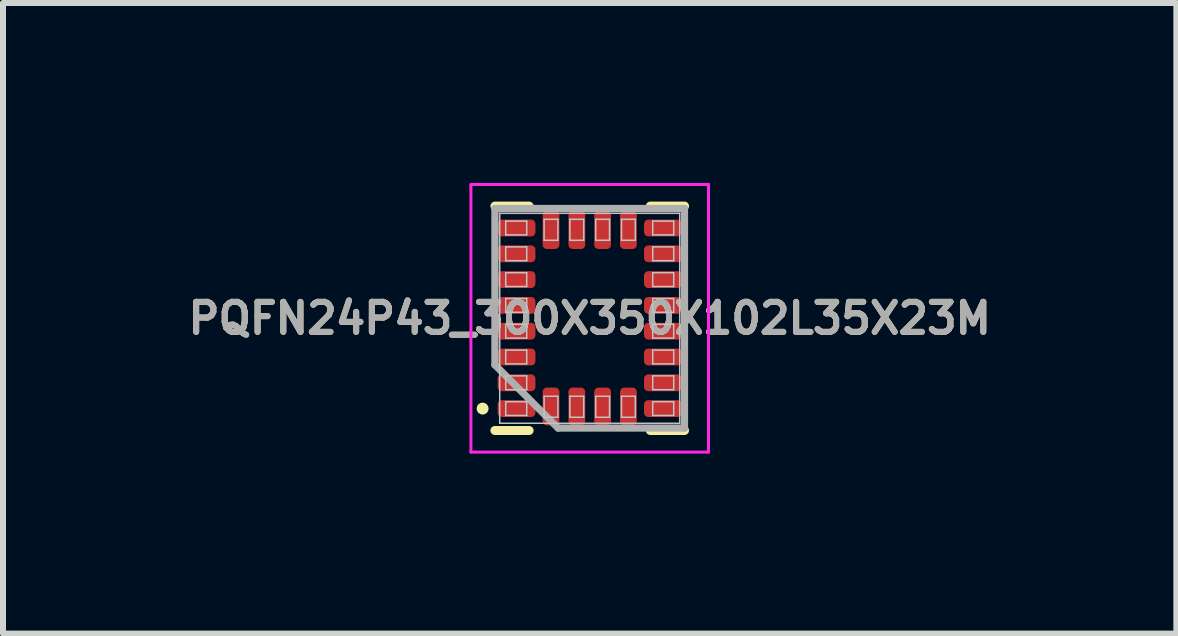
<source format=kicad_pcb>
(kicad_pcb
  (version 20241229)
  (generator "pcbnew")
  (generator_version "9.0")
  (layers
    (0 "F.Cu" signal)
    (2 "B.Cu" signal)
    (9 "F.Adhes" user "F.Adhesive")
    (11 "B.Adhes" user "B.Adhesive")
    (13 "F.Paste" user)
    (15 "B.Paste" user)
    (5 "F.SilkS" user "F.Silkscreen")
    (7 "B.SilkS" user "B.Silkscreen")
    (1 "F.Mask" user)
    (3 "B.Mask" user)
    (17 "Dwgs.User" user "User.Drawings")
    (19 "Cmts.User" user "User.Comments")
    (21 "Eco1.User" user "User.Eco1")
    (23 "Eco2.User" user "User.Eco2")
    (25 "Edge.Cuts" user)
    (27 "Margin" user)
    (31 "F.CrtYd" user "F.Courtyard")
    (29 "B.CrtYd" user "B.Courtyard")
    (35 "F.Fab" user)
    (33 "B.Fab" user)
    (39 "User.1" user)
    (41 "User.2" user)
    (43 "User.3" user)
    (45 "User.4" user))
  (footprint "PQFN24P43_300X350X102L35X23M"
    (layer "F.Cu")
    (at 6.779 2.255)
    (property "Reference" "PQFN24P43_300X350X102L35X23M" (at 0 0 0) (layer "F.SilkS") (effects (font (size 0.5 0.5) (thickness 0.1))))
    (attr smd)
    (fp_line (start -1.58 -1.87) (end -1.01 -1.87) (stroke (width 0.15) (type solid)) (layer "F.SilkS"))
    (fp_line (start -1.58 1.87) (end -1.01 1.87) (stroke (width 0.15) (type solid)) (layer "F.SilkS"))
    (fp_line (start 1.58 -1.87) (end 1.01 -1.87) (stroke (width 0.15) (type solid)) (layer "F.SilkS"))
    (fp_line (start 1.58 1.87) (end 1.01 1.87) (stroke (width 0.15) (type solid)) (layer "F.SilkS"))
    (fp_circle (center -1.785 1.505) (end -1.785 1.555) (stroke (width 0.1) (type solid)) (fill no) (layer "F.SilkS"))
    (fp_line (start -1.5 -1.75) (end 1.5 -1.75) (stroke (width 0.025) (type solid)) (layer "Dwgs.User"))
    (fp_line (start -1.5 1.75) (end -1.5 -1.75) (stroke (width 0.025) (type solid)) (layer "Dwgs.User"))
    (fp_line (start -1.4 -1.62) (end -1.05 -1.62) (stroke (width 0.025) (type solid)) (layer "Dwgs.User"))
    (fp_line (start -1.4 -1.39) (end -1.4 -1.62) (stroke (width 0.025) (type solid)) (layer "Dwgs.User"))
    (fp_line (start -1.4 -1.19) (end -1.05 -1.19) (stroke (width 0.025) (type solid)) (layer "Dwgs.User"))
    (fp_line (start -1.4 -0.96) (end -1.4 -1.19) (stroke (width 0.025) (type solid)) (layer "Dwgs.User"))
    (fp_line (start -1.4 -0.76) (end -1.05 -0.76) (stroke (width 0.025) (type solid)) (layer "Dwgs.User"))
    (fp_line (start -1.4 -0.53) (end -1.4 -0.76) (stroke (width 0.025) (type solid)) (layer "Dwgs.User"))
    (fp_line (start -1.4 -0.33) (end -1.05 -0.33) (stroke (width 0.025) (type solid)) (layer "Dwgs.User"))
    (fp_line (start -1.4 -0.1) (end -1.4 -0.33) (stroke (width 0.025) (type solid)) (layer "Dwgs.User"))
    (fp_line (start -1.4 0.1) (end -1.05 0.1) (stroke (width 0.025) (type solid)) (layer "Dwgs.User"))
    (fp_line (start -1.4 0.33) (end -1.4 0.1) (stroke (width 0.025) (type solid)) (layer "Dwgs.User"))
    (fp_line (start -1.4 0.53) (end -1.05 0.53) (stroke (width 0.025) (type solid)) (layer "Dwgs.User"))
    (fp_line (start -1.4 0.76) (end -1.4 0.53) (stroke (width 0.025) (type solid)) (layer "Dwgs.User"))
    (fp_line (start -1.4 0.96) (end -1.05 0.96) (stroke (width 0.025) (type solid)) (layer "Dwgs.User"))
    (fp_line (start -1.4 1.19) (end -1.4 0.96) (stroke (width 0.025) (type solid)) (layer "Dwgs.User"))
    (fp_line (start -1.4 1.39) (end -1.05 1.39) (stroke (width 0.025) (type solid)) (layer "Dwgs.User"))
    (fp_line (start -1.4 1.62) (end -1.4 1.39) (stroke (width 0.025) (type solid)) (layer "Dwgs.User"))
    (fp_line (start -1.05 -1.62) (end -1.05 -1.39) (stroke (width 0.025) (type solid)) (layer "Dwgs.User"))
    (fp_line (start -1.05 -1.39) (end -1.4 -1.39) (stroke (width 0.025) (type solid)) (layer "Dwgs.User"))
    (fp_line (start -1.05 -1.19) (end -1.05 -0.96) (stroke (width 0.025) (type solid)) (layer "Dwgs.User"))
    (fp_line (start -1.05 -0.96) (end -1.4 -0.96) (stroke (width 0.025) (type solid)) (layer "Dwgs.User"))
    (fp_line (start -1.05 -0.76) (end -1.05 -0.53) (stroke (width 0.025) (type solid)) (layer "Dwgs.User"))
    (fp_line (start -1.05 -0.53) (end -1.4 -0.53) (stroke (width 0.025) (type solid)) (layer "Dwgs.User"))
    (fp_line (start -1.05 -0.33) (end -1.05 -0.1) (stroke (width 0.025) (type solid)) (layer "Dwgs.User"))
    (fp_line (start -1.05 -0.1) (end -1.4 -0.1) (stroke (width 0.025) (type solid)) (layer "Dwgs.User"))
    (fp_line (start -1.05 0.1) (end -1.05 0.33) (stroke (width 0.025) (type solid)) (layer "Dwgs.User"))
    (fp_line (start -1.05 0.33) (end -1.4 0.33) (stroke (width 0.025) (type solid)) (layer "Dwgs.User"))
    (fp_line (start -1.05 0.53) (end -1.05 0.76) (stroke (width 0.025) (type solid)) (layer "Dwgs.User"))
    (fp_line (start -1.05 0.76) (end -1.4 0.76) (stroke (width 0.025) (type solid)) (layer "Dwgs.User"))
    (fp_line (start -1.05 0.96) (end -1.05 1.19) (stroke (width 0.025) (type solid)) (layer "Dwgs.User"))
    (fp_line (start -1.05 1.19) (end -1.4 1.19) (stroke (width 0.025) (type solid)) (layer "Dwgs.User"))
    (fp_line (start -1.05 1.39) (end -1.05 1.62) (stroke (width 0.025) (type solid)) (layer "Dwgs.User"))
    (fp_line (start -1.05 1.62) (end -1.4 1.62) (stroke (width 0.025) (type solid)) (layer "Dwgs.User"))
    (fp_line (start -0.76 -1.65) (end -0.53 -1.65) (stroke (width 0.025) (type solid)) (layer "Dwgs.User"))
    (fp_line (start -0.76 -1.3) (end -0.76 -1.65) (stroke (width 0.025) (type solid)) (layer "Dwgs.User"))
    (fp_line (start -0.76 1.3) (end -0.53 1.3) (stroke (width 0.025) (type solid)) (layer "Dwgs.User"))
    (fp_line (start -0.76 1.65) (end -0.76 1.3) (stroke (width 0.025) (type solid)) (layer "Dwgs.User"))
    (fp_line (start -0.53 -1.65) (end -0.53 -1.3) (stroke (width 0.025) (type solid)) (layer "Dwgs.User"))
    (fp_line (start -0.53 -1.3) (end -0.76 -1.3) (stroke (width 0.025) (type solid)) (layer "Dwgs.User"))
    (fp_line (start -0.53 1.3) (end -0.53 1.65) (stroke (width 0.025) (type solid)) (layer "Dwgs.User"))
    (fp_line (start -0.53 1.65) (end -0.76 1.65) (stroke (width 0.025) (type solid)) (layer "Dwgs.User"))
    (fp_line (start -0.33 -1.65) (end -0.1 -1.65) (stroke (width 0.025) (type solid)) (layer "Dwgs.User"))
    (fp_line (start -0.33 -1.3) (end -0.33 -1.65) (stroke (width 0.025) (type solid)) (layer "Dwgs.User"))
    (fp_line (start -0.33 1.3) (end -0.1 1.3) (stroke (width 0.025) (type solid)) (layer "Dwgs.User"))
    (fp_line (start -0.33 1.65) (end -0.33 1.3) (stroke (width 0.025) (type solid)) (layer "Dwgs.User"))
    (fp_line (start -0.1 -1.65) (end -0.1 -1.3) (stroke (width 0.025) (type solid)) (layer "Dwgs.User"))
    (fp_line (start -0.1 -1.3) (end -0.33 -1.3) (stroke (width 0.025) (type solid)) (layer "Dwgs.User"))
    (fp_line (start -0.1 1.3) (end -0.1 1.65) (stroke (width 0.025) (type solid)) (layer "Dwgs.User"))
    (fp_line (start -0.1 1.65) (end -0.33 1.65) (stroke (width 0.025) (type solid)) (layer "Dwgs.User"))
    (fp_line (start 0.1 -1.65) (end 0.33 -1.65) (stroke (width 0.025) (type solid)) (layer "Dwgs.User"))
    (fp_line (start 0.1 -1.3) (end 0.1 -1.65) (stroke (width 0.025) (type solid)) (layer "Dwgs.User"))
    (fp_line (start 0.1 1.3) (end 0.33 1.3) (stroke (width 0.025) (type solid)) (layer "Dwgs.User"))
    (fp_line (start 0.1 1.65) (end 0.1 1.3) (stroke (width 0.025) (type solid)) (layer "Dwgs.User"))
    (fp_line (start 0.33 -1.65) (end 0.33 -1.3) (stroke (width 0.025) (type solid)) (layer "Dwgs.User"))
    (fp_line (start 0.33 -1.3) (end 0.1 -1.3) (stroke (width 0.025) (type solid)) (layer "Dwgs.User"))
    (fp_line (start 0.33 1.3) (end 0.33 1.65) (stroke (width 0.025) (type solid)) (layer "Dwgs.User"))
    (fp_line (start 0.33 1.65) (end 0.1 1.65) (stroke (width 0.025) (type solid)) (layer "Dwgs.User"))
    (fp_line (start 0.53 -1.65) (end 0.76 -1.65) (stroke (width 0.025) (type solid)) (layer "Dwgs.User"))
    (fp_line (start 0.53 -1.3) (end 0.53 -1.65) (stroke (width 0.025) (type solid)) (layer "Dwgs.User"))
    (fp_line (start 0.53 1.3) (end 0.76 1.3) (stroke (width 0.025) (type solid)) (layer "Dwgs.User"))
    (fp_line (start 0.53 1.65) (end 0.53 1.3) (stroke (width 0.025) (type solid)) (layer "Dwgs.User"))
    (fp_line (start 0.76 -1.65) (end 0.76 -1.3) (stroke (width 0.025) (type solid)) (layer "Dwgs.User"))
    (fp_line (start 0.76 -1.3) (end 0.53 -1.3) (stroke (width 0.025) (type solid)) (layer "Dwgs.User"))
    (fp_line (start 0.76 1.3) (end 0.76 1.65) (stroke (width 0.025) (type solid)) (layer "Dwgs.User"))
    (fp_line (start 0.76 1.65) (end 0.53 1.65) (stroke (width 0.025) (type solid)) (layer "Dwgs.User"))
    (fp_line (start 1.05 -1.62) (end 1.4 -1.62) (stroke (width 0.025) (type solid)) (layer "Dwgs.User"))
    (fp_line (start 1.05 -1.39) (end 1.05 -1.62) (stroke (width 0.025) (type solid)) (layer "Dwgs.User"))
    (fp_line (start 1.05 -1.19) (end 1.4 -1.19) (stroke (width 0.025) (type solid)) (layer "Dwgs.User"))
    (fp_line (start 1.05 -0.96) (end 1.05 -1.19) (stroke (width 0.025) (type solid)) (layer "Dwgs.User"))
    (fp_line (start 1.05 -0.76) (end 1.4 -0.76) (stroke (width 0.025) (type solid)) (layer "Dwgs.User"))
    (fp_line (start 1.05 -0.53) (end 1.05 -0.76) (stroke (width 0.025) (type solid)) (layer "Dwgs.User"))
    (fp_line (start 1.05 -0.33) (end 1.4 -0.33) (stroke (width 0.025) (type solid)) (layer "Dwgs.User"))
    (fp_line (start 1.05 -0.1) (end 1.05 -0.33) (stroke (width 0.025) (type solid)) (layer "Dwgs.User"))
    (fp_line (start 1.05 0.1) (end 1.4 0.1) (stroke (width 0.025) (type solid)) (layer "Dwgs.User"))
    (fp_line (start 1.05 0.33) (end 1.05 0.1) (stroke (width 0.025) (type solid)) (layer "Dwgs.User"))
    (fp_line (start 1.05 0.53) (end 1.4 0.53) (stroke (width 0.025) (type solid)) (layer "Dwgs.User"))
    (fp_line (start 1.05 0.76) (end 1.05 0.53) (stroke (width 0.025) (type solid)) (layer "Dwgs.User"))
    (fp_line (start 1.05 0.96) (end 1.4 0.96) (stroke (width 0.025) (type solid)) (layer "Dwgs.User"))
    (fp_line (start 1.05 1.19) (end 1.05 0.96) (stroke (width 0.025) (type solid)) (layer "Dwgs.User"))
    (fp_line (start 1.05 1.39) (end 1.4 1.39) (stroke (width 0.025) (type solid)) (layer "Dwgs.User"))
    (fp_line (start 1.05 1.62) (end 1.05 1.39) (stroke (width 0.025) (type solid)) (layer "Dwgs.User"))
    (fp_line (start 1.4 -1.62) (end 1.4 -1.39) (stroke (width 0.025) (type solid)) (layer "Dwgs.User"))
    (fp_line (start 1.4 -1.39) (end 1.05 -1.39) (stroke (width 0.025) (type solid)) (layer "Dwgs.User"))
    (fp_line (start 1.4 -1.19) (end 1.4 -0.96) (stroke (width 0.025) (type solid)) (layer "Dwgs.User"))
    (fp_line (start 1.4 -0.96) (end 1.05 -0.96) (stroke (width 0.025) (type solid)) (layer "Dwgs.User"))
    (fp_line (start 1.4 -0.76) (end 1.4 -0.53) (stroke (width 0.025) (type solid)) (layer "Dwgs.User"))
    (fp_line (start 1.4 -0.53) (end 1.05 -0.53) (stroke (width 0.025) (type solid)) (layer "Dwgs.User"))
    (fp_line (start 1.4 -0.33) (end 1.4 -0.1) (stroke (width 0.025) (type solid)) (layer "Dwgs.User"))
    (fp_line (start 1.4 -0.1) (end 1.05 -0.1) (stroke (width 0.025) (type solid)) (layer "Dwgs.User"))
    (fp_line (start 1.4 0.1) (end 1.4 0.33) (stroke (width 0.025) (type solid)) (layer "Dwgs.User"))
    (fp_line (start 1.4 0.33) (end 1.05 0.33) (stroke (width 0.025) (type solid)) (layer "Dwgs.User"))
    (fp_line (start 1.4 0.53) (end 1.4 0.76) (stroke (width 0.025) (type solid)) (layer "Dwgs.User"))
    (fp_line (start 1.4 0.76) (end 1.05 0.76) (stroke (width 0.025) (type solid)) (layer "Dwgs.User"))
    (fp_line (start 1.4 0.96) (end 1.4 1.19) (stroke (width 0.025) (type solid)) (layer "Dwgs.User"))
    (fp_line (start 1.4 1.19) (end 1.05 1.19) (stroke (width 0.025) (type solid)) (layer "Dwgs.User"))
    (fp_line (start 1.4 1.39) (end 1.4 1.62) (stroke (width 0.025) (type solid)) (layer "Dwgs.User"))
    (fp_line (start 1.4 1.62) (end 1.05 1.62) (stroke (width 0.025) (type solid)) (layer "Dwgs.User"))
    (fp_line (start 1.5 -1.75) (end 1.5 1.75) (stroke (width 0.025) (type solid)) (layer "Dwgs.User"))
    (fp_line (start 1.5 1.75) (end -1.5 1.75) (stroke (width 0.025) (type solid)) (layer "Dwgs.User"))
    (fp_line (start -1.98 -2.23) (end -1.98 2.23) (stroke (width 0.05) (type solid)) (layer "F.CrtYd"))
    (fp_line (start -1.98 2.23) (end 1.98 2.23) (stroke (width 0.05) (type solid)) (layer "F.CrtYd"))
    (fp_line (start 1.98 -2.23) (end -1.98 -2.23) (stroke (width 0.05) (type solid)) (layer "F.CrtYd"))
    (fp_line (start 1.98 2.23) (end 1.98 -2.23) (stroke (width 0.05) (type solid)) (layer "F.CrtYd"))
    (fp_line (start -1.58 -1.83) (end 1.58 -1.83) (stroke (width 0.12) (type solid)) (layer "F.Fab"))
    (fp_line (start -1.58 0.777) (end -1.58 -1.83) (stroke (width 0.12) (type solid)) (layer "F.Fab"))
    (fp_line (start -0.527 1.83) (end -1.58 0.777) (stroke (width 0.12) (type solid)) (layer "F.Fab"))
    (fp_line (start 1.58 -1.83) (end 1.58 1.83) (stroke (width 0.12) (type solid)) (layer "F.Fab"))
    (fp_line (start 1.58 1.83) (end -0.527 1.83) (stroke (width 0.12) (type solid)) (layer "F.Fab"))
    (fp_text user "${REFERENCE}" (at 0 0 0) (layer "F.Fab") (effects (font (size 0.5 0.5) (thickness 0.1))))
    (pad "1" smd roundrect (at -1.22 1.505) (size 0.63 0.28) (layers "F.Cu" "F.Mask" "F.Paste") (roundrect_rratio 0.25))
    (pad "2" smd roundrect (at -0.645 1.47 90) (size 0.63 0.28) (layers "F.Cu" "F.Mask" "F.Paste") (roundrect_rratio 0.25))
    (pad "3" smd roundrect (at -0.215 1.47 90) (size 0.63 0.28) (layers "F.Cu" "F.Mask" "F.Paste") (roundrect_rratio 0.25))
    (pad "4" smd roundrect (at 0.215 1.47 90) (size 0.63 0.28) (layers "F.Cu" "F.Mask" "F.Paste") (roundrect_rratio 0.25))
    (pad "5" smd roundrect (at 0.645 1.47 90) (size 0.63 0.28) (layers "F.Cu" "F.Mask" "F.Paste") (roundrect_rratio 0.25))
    (pad "6" smd roundrect (at 1.22 1.505) (size 0.63 0.28) (layers "F.Cu" "F.Mask" "F.Paste") (roundrect_rratio 0.25))
    (pad "7" smd roundrect (at 1.22 1.075) (size 0.63 0.28) (layers "F.Cu" "F.Mask" "F.Paste") (roundrect_rratio 0.25))
    (pad "8" smd roundrect (at 1.22 0.645) (size 0.63 0.28) (layers "F.Cu" "F.Mask" "F.Paste") (roundrect_rratio 0.25))
    (pad "9" smd roundrect (at 1.22 0.215) (size 0.63 0.28) (layers "F.Cu" "F.Mask" "F.Paste") (roundrect_rratio 0.25))
    (pad "10" smd roundrect (at 1.22 -0.215) (size 0.63 0.28) (layers "F.Cu" "F.Mask" "F.Paste") (roundrect_rratio 0.25))
    (pad "11" smd roundrect (at 1.22 -0.645) (size 0.63 0.28) (layers "F.Cu" "F.Mask" "F.Paste") (roundrect_rratio 0.25))
    (pad "12" smd roundrect (at 1.22 -1.075) (size 0.63 0.28) (layers "F.Cu" "F.Mask" "F.Paste") (roundrect_rratio 0.25))
    (pad "13" smd roundrect (at 1.22 -1.505) (size 0.63 0.28) (layers "F.Cu" "F.Mask" "F.Paste") (roundrect_rratio 0.25))
    (pad "14" smd roundrect (at 0.645 -1.47 90) (size 0.63 0.28) (layers "F.Cu" "F.Mask" "F.Paste") (roundrect_rratio 0.25))
    (pad "15" smd roundrect (at 0.215 -1.47 90) (size 0.63 0.28) (layers "F.Cu" "F.Mask" "F.Paste") (roundrect_rratio 0.25))
    (pad "16" smd roundrect (at -0.215 -1.47 90) (size 0.63 0.28) (layers "F.Cu" "F.Mask" "F.Paste") (roundrect_rratio 0.25))
    (pad "17" smd roundrect (at -0.645 -1.47 90) (size 0.63 0.28) (layers "F.Cu" "F.Mask" "F.Paste") (roundrect_rratio 0.25))
    (pad "18" smd roundrect (at -1.22 -1.505) (size 0.63 0.28) (layers "F.Cu" "F.Mask" "F.Paste") (roundrect_rratio 0.25))
    (pad "19" smd roundrect (at -1.22 -1.075) (size 0.63 0.28) (layers "F.Cu" "F.Mask" "F.Paste") (roundrect_rratio 0.25))
    (pad "20" smd roundrect (at -1.22 -0.645) (size 0.63 0.28) (layers "F.Cu" "F.Mask" "F.Paste") (roundrect_rratio 0.25))
    (pad "21" smd roundrect (at -1.22 -0.215) (size 0.63 0.28) (layers "F.Cu" "F.Mask" "F.Paste") (roundrect_rratio 0.25))
    (pad "22" smd roundrect (at -1.22 0.215) (size 0.63 0.28) (layers "F.Cu" "F.Mask" "F.Paste") (roundrect_rratio 0.25))
    (pad "23" smd roundrect (at -1.22 0.645) (size 0.63 0.28) (layers "F.Cu" "F.Mask" "F.Paste") (roundrect_rratio 0.25))
    (pad "24" smd roundrect (at -1.22 1.075) (size 0.63 0.28) (layers "F.Cu" "F.Mask" "F.Paste") (roundrect_rratio 0.25)))
  (gr_rect
    (start -3 -3)
    (end 16.557 7.51)
    (stroke (width 0.1) (type default))
    (fill no)
    (layer "Edge.Cuts")))
</source>
